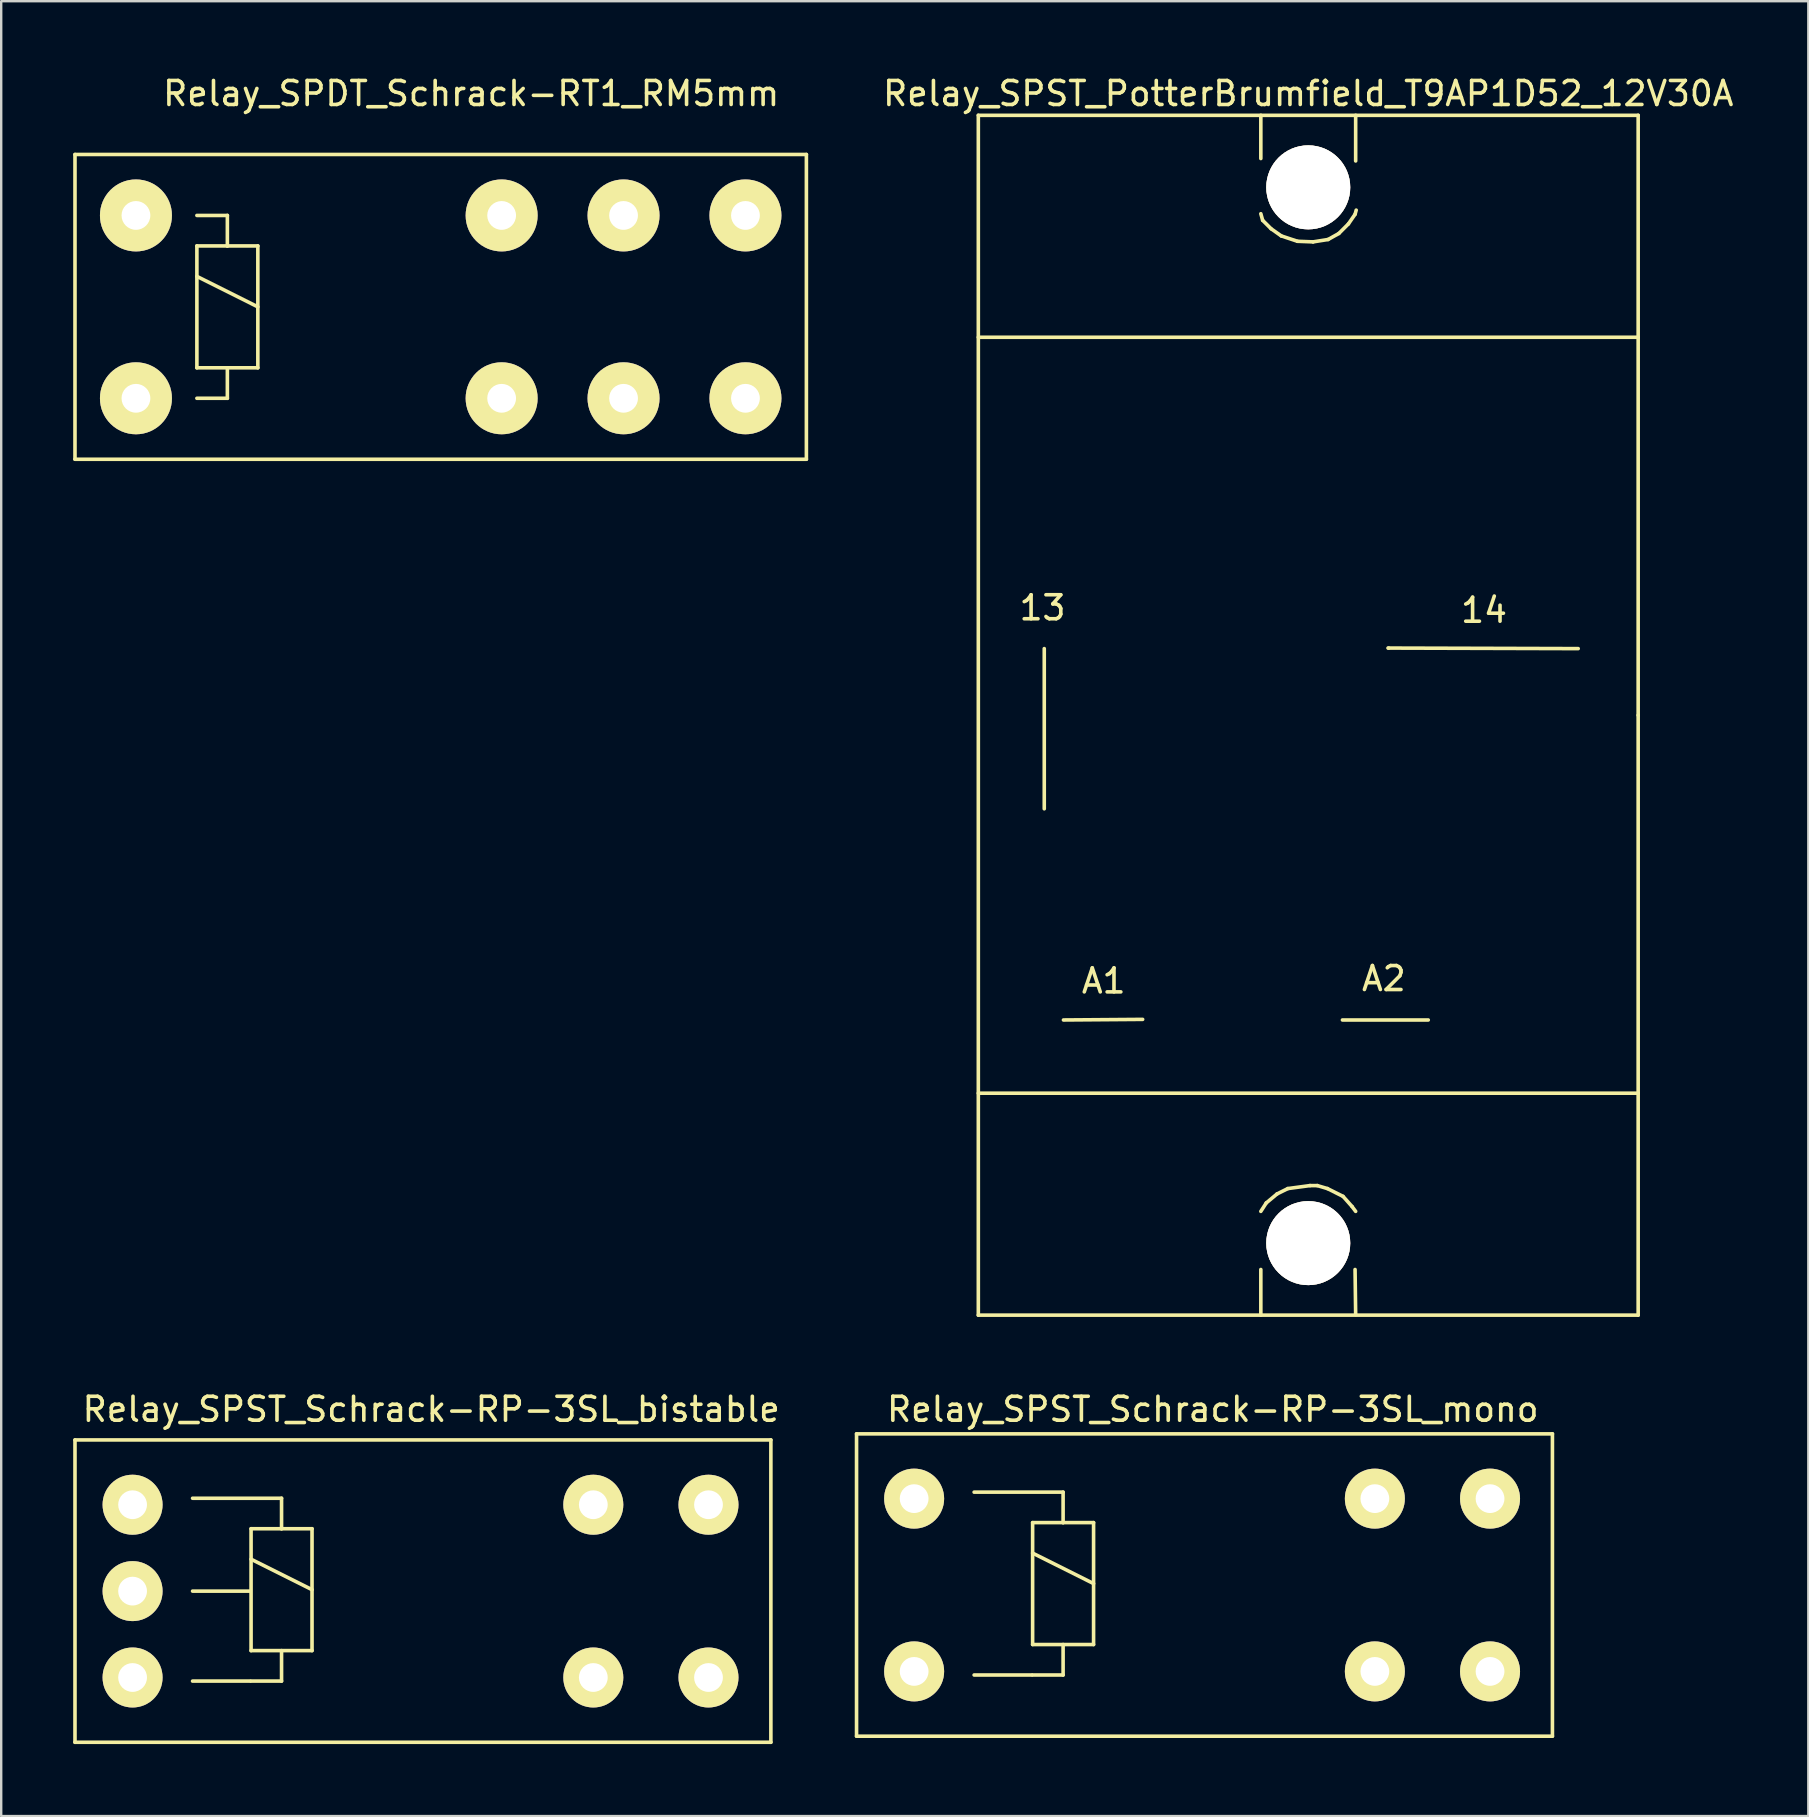
<source format=kicad_pcb>
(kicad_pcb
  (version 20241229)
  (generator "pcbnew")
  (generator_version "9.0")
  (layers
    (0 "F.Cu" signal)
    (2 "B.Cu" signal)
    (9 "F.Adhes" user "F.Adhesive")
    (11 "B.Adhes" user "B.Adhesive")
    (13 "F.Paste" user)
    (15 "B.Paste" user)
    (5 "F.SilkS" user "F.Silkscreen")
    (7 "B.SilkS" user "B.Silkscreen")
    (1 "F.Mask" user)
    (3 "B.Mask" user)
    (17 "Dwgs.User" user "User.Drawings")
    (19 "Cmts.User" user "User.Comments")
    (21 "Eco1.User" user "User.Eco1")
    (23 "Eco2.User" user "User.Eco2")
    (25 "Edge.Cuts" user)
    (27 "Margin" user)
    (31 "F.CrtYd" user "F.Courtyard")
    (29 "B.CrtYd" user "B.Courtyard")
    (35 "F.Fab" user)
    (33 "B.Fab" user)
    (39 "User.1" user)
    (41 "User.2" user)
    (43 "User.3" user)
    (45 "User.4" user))
  (footprint "Relay_SPDT_Schrack-RT1_RM5mm"
    (layer "F.Cu")
    (at 2.615 13.548)
    (property "Reference" "Relay_SPDT_Schrack-RT1_RM5mm" (at 13.97 -12.7 0) (layer "F.SilkS") (effects (font (size 1 1) (thickness 0.15))))
    (attr through_hole)
    (fp_line (start -2.54 -10.16) (end 27.94 -10.16) (stroke (width 0.15) (type solid)) (layer "F.SilkS"))
    (fp_line (start -2.54 2.54) (end -2.54 -10.16) (stroke (width 0.15) (type solid)) (layer "F.SilkS"))
    (fp_line (start 2.54 -7.62) (end 3.81 -7.62) (stroke (width 0.15) (type solid)) (layer "F.SilkS"))
    (fp_line (start 2.54 -6.35) (end 3.81 -6.35) (stroke (width 0.15) (type solid)) (layer "F.SilkS"))
    (fp_line (start 2.54 -5.08) (end 5.08 -3.81) (stroke (width 0.15) (type solid)) (layer "F.SilkS"))
    (fp_line (start 2.54 -1.27) (end 2.54 -6.35) (stroke (width 0.15) (type solid)) (layer "F.SilkS"))
    (fp_line (start 3.81 -7.62) (end 3.81 -6.35) (stroke (width 0.15) (type solid)) (layer "F.SilkS"))
    (fp_line (start 3.81 -6.35) (end 5.08 -6.35) (stroke (width 0.15) (type solid)) (layer "F.SilkS"))
    (fp_line (start 3.81 -1.27) (end 3.81 0) (stroke (width 0.15) (type solid)) (layer "F.SilkS"))
    (fp_line (start 3.81 0) (end 2.54 0) (stroke (width 0.15) (type solid)) (layer "F.SilkS"))
    (fp_line (start 5.08 -6.35) (end 5.08 -1.27) (stroke (width 0.15) (type solid)) (layer "F.SilkS"))
    (fp_line (start 5.08 -1.27) (end 2.54 -1.27) (stroke (width 0.15) (type solid)) (layer "F.SilkS"))
    (fp_line (start 27.94 -10.16) (end 27.94 2.54) (stroke (width 0.15) (type solid)) (layer "F.SilkS"))
    (fp_line (start 27.94 2.54) (end -2.54 2.54) (stroke (width 0.15) (type solid)) (layer "F.SilkS"))
    (pad "11" thru_hole circle (at 20.32 -7.62) (size 3 3) (drill 1.199) (layers "*.Cu" "*.Mask" "F.SilkS"))
    (pad "11" thru_hole circle (at 20.32 0) (size 3 3) (drill 1.199) (layers "*.Cu" "*.Mask" "F.SilkS"))
    (pad "12" thru_hole circle (at 15.24 -7.62) (size 3 3) (drill 1.199) (layers "*.Cu" "*.Mask" "F.SilkS"))
    (pad "12" thru_hole circle (at 15.24 0) (size 3 3) (drill 1.199) (layers "*.Cu" "*.Mask" "F.SilkS"))
    (pad "14" thru_hole circle (at 25.4 -7.62) (size 3 3) (drill 1.199) (layers "*.Cu" "*.Mask" "F.SilkS"))
    (pad "14" thru_hole circle (at 25.4 0) (size 3 3) (drill 1.199) (layers "*.Cu" "*.Mask" "F.SilkS"))
    (pad "A1" thru_hole circle (at 0 -7.62) (size 3 3) (drill 1.199) (layers "*.Cu" "*.Mask" "F.SilkS"))
    (pad "A2" thru_hole circle (at 0 0) (size 3 3) (drill 1.199) (layers "*.Cu" "*.Mask" "F.SilkS")))
  (footprint "Relay_SPST_PotterBrumfield_T9AP1D52_12V30A"
    (layer "F.Cu")
    (at 51.469 26.756)
    (property "Reference" "Relay_SPST_PotterBrumfield_T9AP1D52_12V30A" (at 0 -25.908 0) (layer "F.SilkS") (effects (font (size 1 1) (thickness 0.15))))
    (attr through_hole)
    (fp_line (start -13.749 -25.001) (end -13.749 25.001) (stroke (width 0.15) (type solid)) (layer "F.SilkS"))
    (fp_line (start -13.749 -15.751) (end 13.749 -15.751) (stroke (width 0.15) (type solid)) (layer "F.SilkS"))
    (fp_line (start -13.749 25.001) (end 13.749 25.001) (stroke (width 0.15) (type solid)) (layer "F.SilkS"))
    (fp_line (start -11.001 -2.776) (end -11.001 3.899) (stroke (width 0.15) (type solid)) (layer "F.SilkS"))
    (fp_line (start -6.901 12.675) (end -10.201 12.7) (stroke (width 0.15) (type solid)) (layer "F.SilkS"))
    (fp_line (start -1.976 -23.2) (end -1.976 -25.001) (stroke (width 0.15) (type solid)) (layer "F.SilkS"))
    (fp_line (start -1.976 -20.899) (end -1.9 -20.625) (stroke (width 0.15) (type solid)) (layer "F.SilkS"))
    (fp_line (start -1.976 23.099) (end -1.976 25.001) (stroke (width 0.15) (type solid)) (layer "F.SilkS"))
    (fp_line (start -1.9 -20.625) (end -1.549 -20.274) (stroke (width 0.15) (type solid)) (layer "F.SilkS"))
    (fp_line (start -1.75 20.325) (end -1.976 20.676) (stroke (width 0.15) (type solid)) (layer "F.SilkS"))
    (fp_line (start -1.549 -20.274) (end -1.125 -19.975) (stroke (width 0.15) (type solid)) (layer "F.SilkS"))
    (fp_line (start -1.3 19.949) (end -1.75 20.325) (stroke (width 0.15) (type solid)) (layer "F.SilkS"))
    (fp_line (start -1.125 -19.975) (end -0.45 -19.751) (stroke (width 0.15) (type solid)) (layer "F.SilkS"))
    (fp_line (start -0.851 19.726) (end -1.3 19.949) (stroke (width 0.15) (type solid)) (layer "F.SilkS"))
    (fp_line (start -0.45 -19.751) (end 0.201 -19.726) (stroke (width 0.15) (type solid)) (layer "F.SilkS"))
    (fp_line (start 0.076 19.601) (end -0.851 19.726) (stroke (width 0.15) (type solid)) (layer "F.SilkS"))
    (fp_line (start 0.201 -19.726) (end 0.826 -19.825) (stroke (width 0.15) (type solid)) (layer "F.SilkS"))
    (fp_line (start 0.376 19.601) (end 0.076 19.601) (stroke (width 0.15) (type solid)) (layer "F.SilkS"))
    (fp_line (start 0.8 19.726) (end 0.376 19.601) (stroke (width 0.15) (type solid)) (layer "F.SilkS"))
    (fp_line (start 0.826 -19.825) (end 1.275 -20.076) (stroke (width 0.15) (type solid)) (layer "F.SilkS"))
    (fp_line (start 1.275 -20.076) (end 1.674 -20.475) (stroke (width 0.15) (type solid)) (layer "F.SilkS"))
    (fp_line (start 1.425 12.7) (end 5.001 12.7) (stroke (width 0.15) (type solid)) (layer "F.SilkS"))
    (fp_line (start 1.45 20.051) (end 0.8 19.726) (stroke (width 0.15) (type solid)) (layer "F.SilkS"))
    (fp_line (start 1.674 -20.475) (end 1.951 -20.876) (stroke (width 0.15) (type solid)) (layer "F.SilkS"))
    (fp_line (start 1.826 20.475) (end 1.45 20.051) (stroke (width 0.15) (type solid)) (layer "F.SilkS"))
    (fp_line (start 1.951 -20.876) (end 1.999 -21.049) (stroke (width 0.15) (type solid)) (layer "F.SilkS"))
    (fp_line (start 1.951 23.099) (end 1.976 24.976) (stroke (width 0.15) (type solid)) (layer "F.SilkS"))
    (fp_line (start 1.976 -23.099) (end 1.976 -25.001) (stroke (width 0.15) (type solid)) (layer "F.SilkS"))
    (fp_line (start 1.976 20.676) (end 1.826 20.475) (stroke (width 0.15) (type solid)) (layer "F.SilkS"))
    (fp_line (start 3.35 -2.799) (end 3.325 -2.799) (stroke (width 0.15) (type solid)) (layer "F.SilkS"))
    (fp_line (start 11.25 -2.776) (end 3.35 -2.799) (stroke (width 0.15) (type solid)) (layer "F.SilkS"))
    (fp_line (start 13.749 -25.001) (end -13.749 -25.001) (stroke (width 0.15) (type solid)) (layer "F.SilkS"))
    (fp_line (start 13.749 0) (end 13.749 -25.001) (stroke (width 0.15) (type solid)) (layer "F.SilkS"))
    (fp_line (start 13.749 15.751) (end -13.749 15.751) (stroke (width 0.15) (type solid)) (layer "F.SilkS"))
    (fp_line (start 13.749 25.001) (end 13.749 0) (stroke (width 0.15) (type solid)) (layer "F.SilkS"))
    (fp_text user "A1" (at -8.524 11.074 0) (layer "F.SilkS") (effects (font (size 1 1) (thickness 0.15))))
    (fp_text user "A2" (at 3.15 10.975 0) (layer "F.SilkS") (effects (font (size 1 1) (thickness 0.15))))
    (fp_text user "14" (at 7.325 -4.374 0) (layer "F.SilkS") (effects (font (size 1 1) (thickness 0.15))))
    (fp_text user "13" (at -11.074 -4.475 0) (layer "F.SilkS") (effects (font (size 1 1) (thickness 0.15))))
    (pad "1" thru_hole circle (at 0 -21.999) (size 3.5 3.5) (drill 3.5) (layers "*.Cu" "*.Mask" "F.SilkS"))
    (pad "2" thru_hole circle (at 0 21.999) (size 3.5 3.5) (drill 3.5) (layers "*.Cu" "*.Mask" "F.SilkS")))
  (footprint "Relay_SPST_Schrack-RP-3SL_mono"
    (layer "F.Cu")
    (at 35.045 66.603)
    (property "Reference" "Relay_SPST_Schrack-RP-3SL_mono" (at 12.446 -10.922 0) (layer "F.SilkS") (effects (font (size 1 1) (thickness 0.15))))
    (attr through_hole)
    (fp_line (start -2.4 -9.9) (end -2.4 2.7) (stroke (width 0.15) (type solid)) (layer "F.SilkS"))
    (fp_line (start -2.4 2.7) (end 26.6 2.7) (stroke (width 0.15) (type solid)) (layer "F.SilkS"))
    (fp_line (start 2.5 -7.47) (end 6.208 -7.47) (stroke (width 0.15) (type solid)) (layer "F.SilkS"))
    (fp_line (start 4.9 0.15) (end 2.5 0.15) (stroke (width 0.15) (type solid)) (layer "F.SilkS"))
    (fp_line (start 4.938 -6.2) (end 6.208 -6.2) (stroke (width 0.15) (type solid)) (layer "F.SilkS"))
    (fp_line (start 4.938 -4.93) (end 7.478 -3.66) (stroke (width 0.15) (type solid)) (layer "F.SilkS"))
    (fp_line (start 4.938 -1.12) (end 4.938 -6.2) (stroke (width 0.15) (type solid)) (layer "F.SilkS"))
    (fp_line (start 6.208 -7.47) (end 6.208 -6.2) (stroke (width 0.15) (type solid)) (layer "F.SilkS"))
    (fp_line (start 6.208 -6.2) (end 7.478 -6.2) (stroke (width 0.15) (type solid)) (layer "F.SilkS"))
    (fp_line (start 6.208 -1.12) (end 6.208 0.15) (stroke (width 0.15) (type solid)) (layer "F.SilkS"))
    (fp_line (start 6.208 0.15) (end 4.938 0.15) (stroke (width 0.15) (type solid)) (layer "F.SilkS"))
    (fp_line (start 7.478 -6.2) (end 7.478 -1.12) (stroke (width 0.15) (type solid)) (layer "F.SilkS"))
    (fp_line (start 7.478 -1.12) (end 4.938 -1.12) (stroke (width 0.15) (type solid)) (layer "F.SilkS"))
    (fp_line (start 26.6 -9.9) (end -2.4 -9.9) (stroke (width 0.15) (type solid)) (layer "F.SilkS"))
    (fp_line (start 26.6 2.7) (end 26.6 -9.9) (stroke (width 0.15) (type solid)) (layer "F.SilkS"))
    (pad "11" thru_hole circle (at 19.2 -7.2) (size 2.5 2.5) (drill 1.199) (layers "*.Cu" "*.Mask" "F.SilkS"))
    (pad "11" thru_hole circle (at 19.2 0) (size 2.5 2.5) (drill 1.199) (layers "*.Cu" "*.Mask" "F.SilkS"))
    (pad "14" thru_hole circle (at 24 -7.2) (size 2.5 2.5) (drill 1.199) (layers "*.Cu" "*.Mask" "F.SilkS"))
    (pad "14" thru_hole circle (at 24 0) (size 2.5 2.5) (drill 1.199) (layers "*.Cu" "*.Mask" "F.SilkS"))
    (pad "A1" thru_hole circle (at 0 0) (size 2.5 2.5) (drill 1.199) (layers "*.Cu" "*.Mask" "F.SilkS"))
    (pad "A2" thru_hole circle (at 0 -7.2) (size 2.5 2.5) (drill 1.199) (layers "*.Cu" "*.Mask" "F.SilkS")))
  (footprint "Relay_SPST_Schrack-RP-3SL_bistable"
    (layer "F.Cu")
    (at 2.475 66.857)
    (property "Reference" "Relay_SPST_Schrack-RP-3SL_bistable" (at 12.446 -11.176 0) (layer "F.SilkS") (effects (font (size 1 1) (thickness 0.15))))
    (attr through_hole)
    (fp_line (start -2.4 -9.9) (end -2.4 2.7) (stroke (width 0.15) (type solid)) (layer "F.SilkS"))
    (fp_line (start -2.4 2.7) (end 26.6 2.7) (stroke (width 0.15) (type solid)) (layer "F.SilkS"))
    (fp_line (start 2.5 -7.47) (end 6.208 -7.47) (stroke (width 0.15) (type solid)) (layer "F.SilkS"))
    (fp_line (start 4.9 -3.6) (end 2.5 -3.6) (stroke (width 0.15) (type solid)) (layer "F.SilkS"))
    (fp_line (start 4.9 0.15) (end 2.5 0.15) (stroke (width 0.15) (type solid)) (layer "F.SilkS"))
    (fp_line (start 4.938 -6.2) (end 6.208 -6.2) (stroke (width 0.15) (type solid)) (layer "F.SilkS"))
    (fp_line (start 4.938 -4.93) (end 7.478 -3.66) (stroke (width 0.15) (type solid)) (layer "F.SilkS"))
    (fp_line (start 4.938 -1.12) (end 4.938 -6.2) (stroke (width 0.15) (type solid)) (layer "F.SilkS"))
    (fp_line (start 6.208 -7.47) (end 6.208 -6.2) (stroke (width 0.15) (type solid)) (layer "F.SilkS"))
    (fp_line (start 6.208 -6.2) (end 7.478 -6.2) (stroke (width 0.15) (type solid)) (layer "F.SilkS"))
    (fp_line (start 6.208 -1.12) (end 6.208 0.15) (stroke (width 0.15) (type solid)) (layer "F.SilkS"))
    (fp_line (start 6.208 0.15) (end 4.938 0.15) (stroke (width 0.15) (type solid)) (layer "F.SilkS"))
    (fp_line (start 7.478 -6.2) (end 7.478 -1.12) (stroke (width 0.15) (type solid)) (layer "F.SilkS"))
    (fp_line (start 7.478 -1.12) (end 4.938 -1.12) (stroke (width 0.15) (type solid)) (layer "F.SilkS"))
    (fp_line (start 26.6 -9.9) (end -2.4 -9.9) (stroke (width 0.15) (type solid)) (layer "F.SilkS"))
    (fp_line (start 26.6 2.7) (end 26.6 -9.9) (stroke (width 0.15) (type solid)) (layer "F.SilkS"))
    (pad "11" thru_hole circle (at 19.2 -7.2) (size 2.5 2.5) (drill 1.199) (layers "*.Cu" "*.Mask" "F.SilkS"))
    (pad "11" thru_hole circle (at 19.2 0) (size 2.5 2.5) (drill 1.199) (layers "*.Cu" "*.Mask" "F.SilkS"))
    (pad "14" thru_hole circle (at 24 -7.2) (size 2.5 2.5) (drill 1.199) (layers "*.Cu" "*.Mask" "F.SilkS"))
    (pad "14" thru_hole circle (at 24 0) (size 2.5 2.5) (drill 1.199) (layers "*.Cu" "*.Mask" "F.SilkS"))
    (pad "A1" thru_hole circle (at 0 0) (size 2.5 2.5) (drill 1.199) (layers "*.Cu" "*.Mask" "F.SilkS"))
    (pad "A2" thru_hole circle (at 0 -7.2) (size 2.5 2.5) (drill 1.199) (layers "*.Cu" "*.Mask" "F.SilkS"))
    (pad "A3" thru_hole circle (at 0 -3.6) (size 2.5 2.5) (drill 1.199) (layers "*.Cu" "*.Mask" "F.SilkS")))
  (gr_rect
    (start -3 -3)
    (end 72.309 72.632)
    (stroke (width 0.1) (type default))
    (fill no)
    (layer "Edge.Cuts")))
</source>
